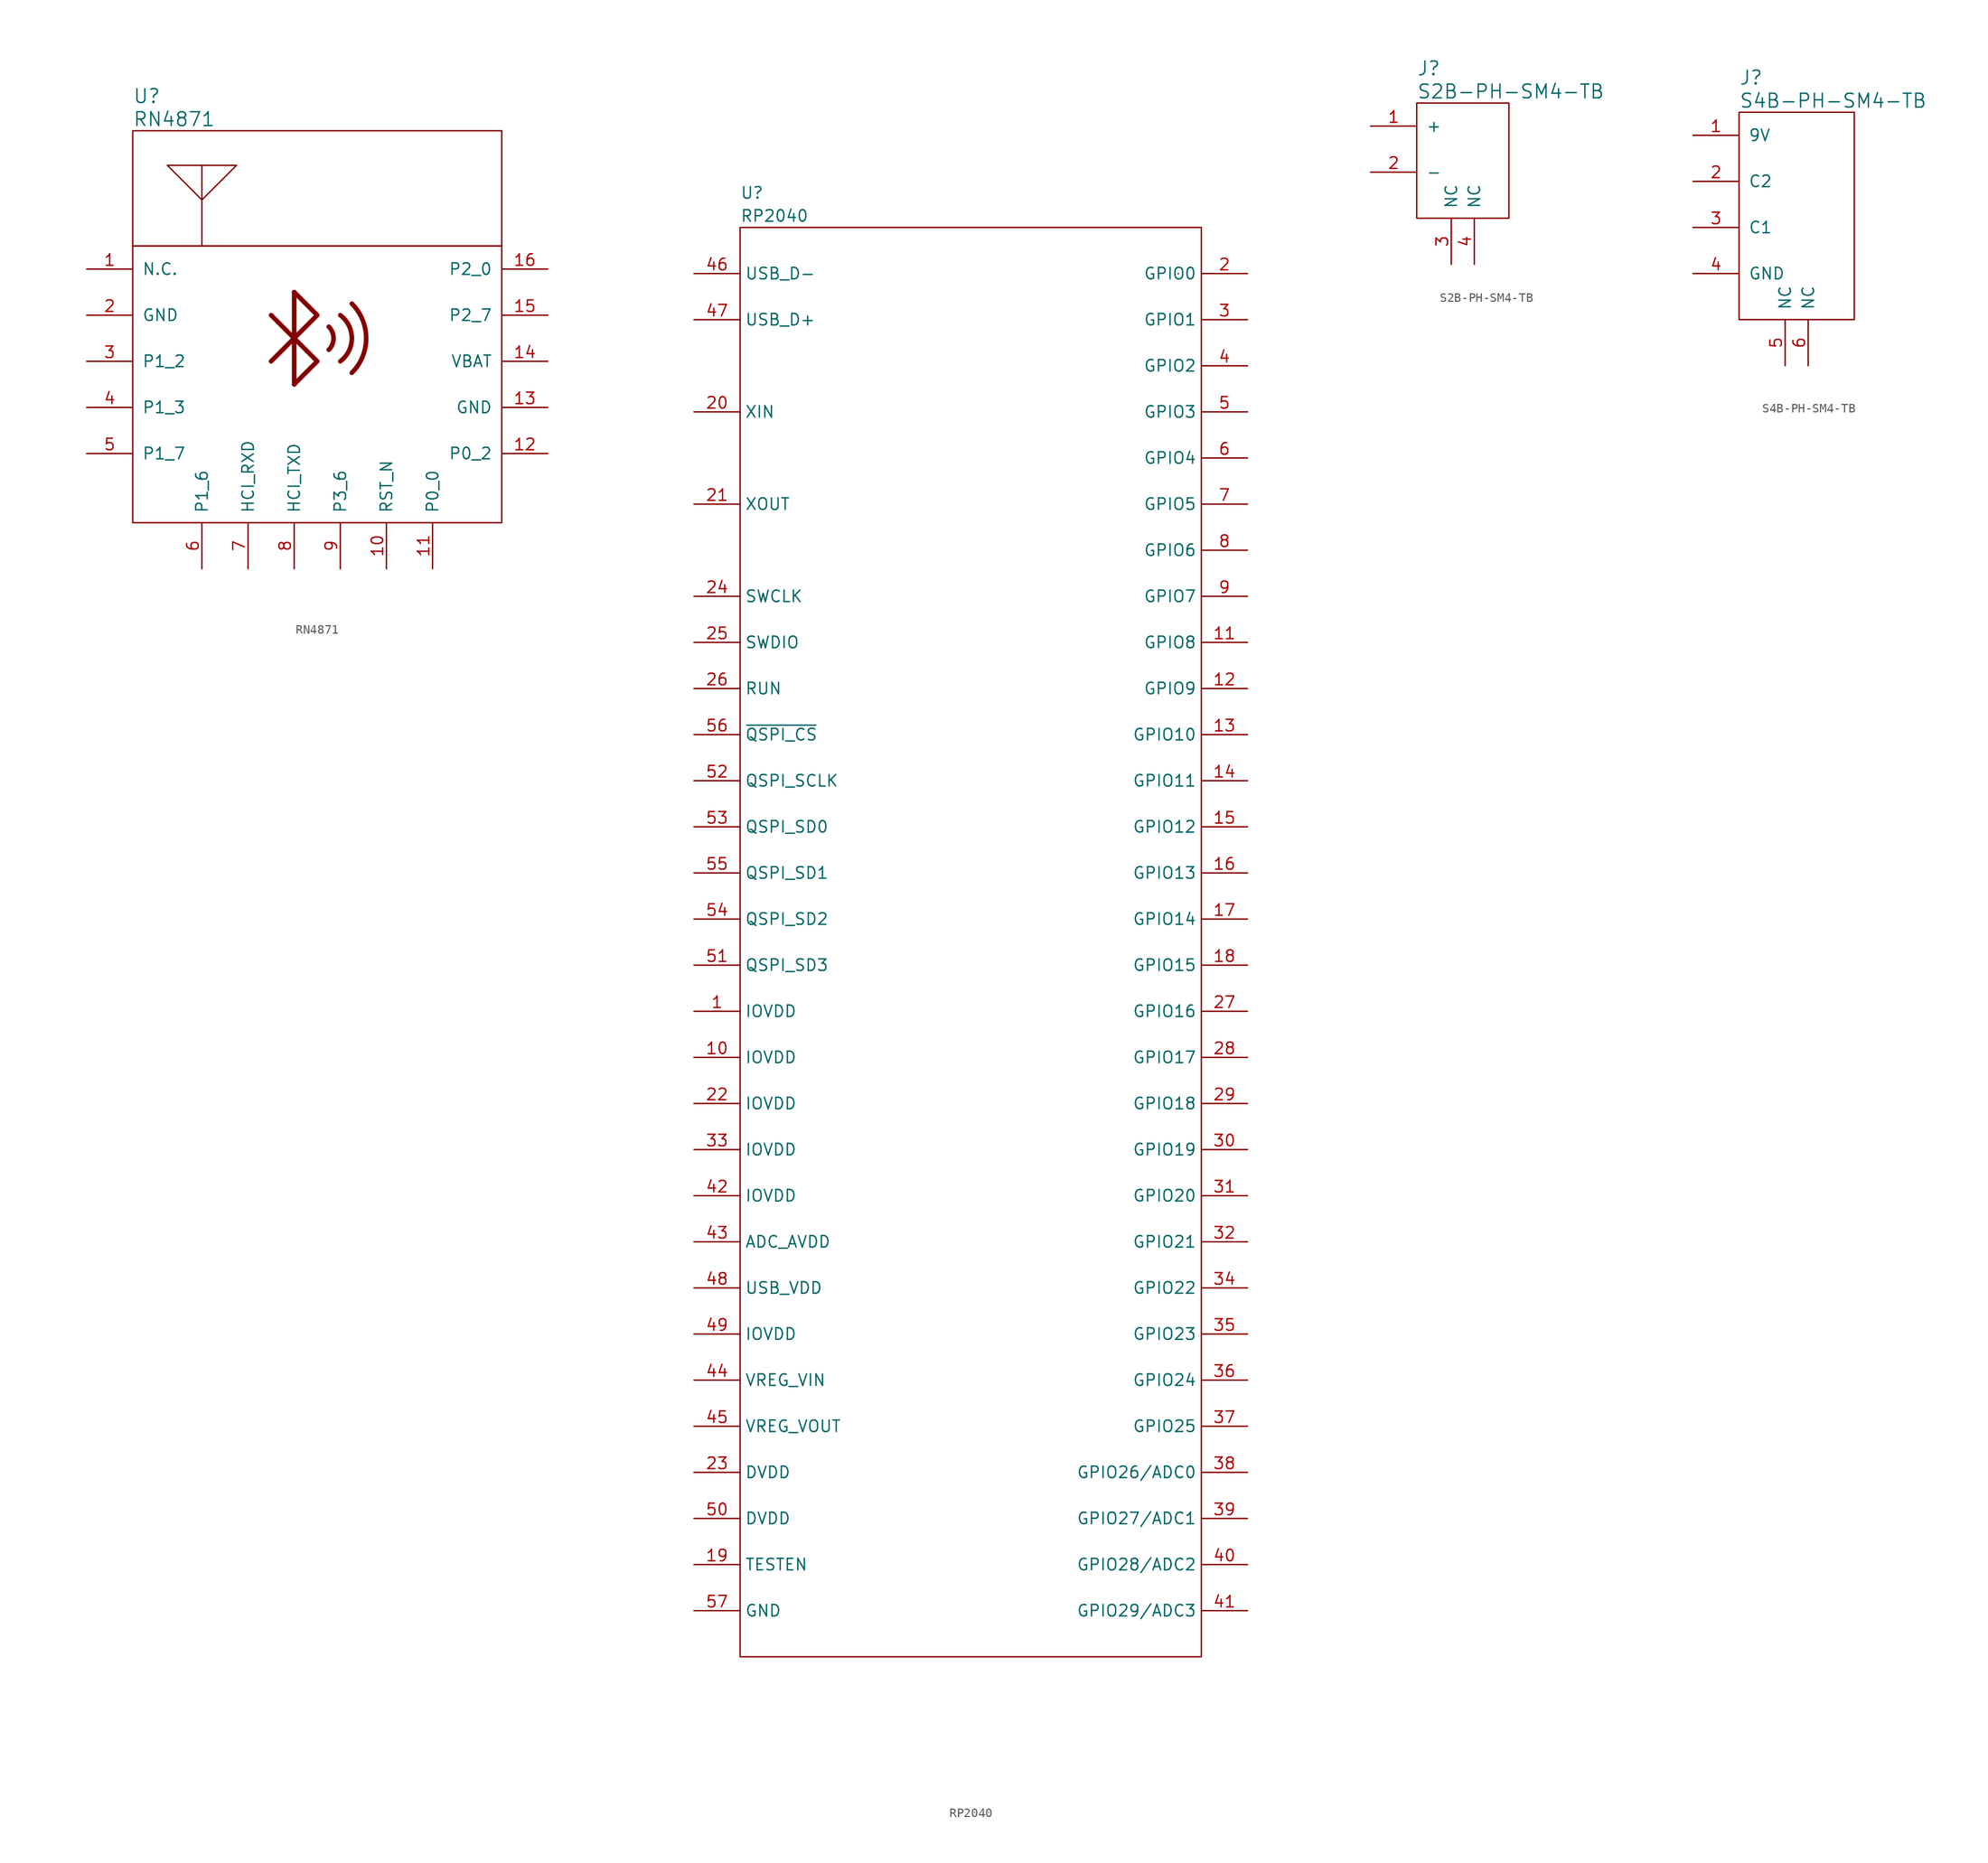
<source format=kicad_sym>
(kicad_symbol_lib
  (version 20231120)
  (generator "kicad_symbol_editor")
  (generator_version "8.0")
  (symbol "RN4871"
    (pin_names
      (offset 1.016))
    (property "Reference" "U"
      (at -20.32 26.67 0)
      (effects (font (size 1.524 1.524)) (justify left)))
    (property "Value" "RN4871"
      (at -20.32 24.13 0)
      (effects (font (size 1.524 1.524)) (justify left)))
    (symbol "RN4871_0_1"
      (rectangle (start -20.32 10.16) (end 20.32 -20.32) (stroke (width 0) (type default)) (fill (type none)))
      (rectangle (start -20.32 10.16) (end 20.32 22.86) (stroke (width 0) (type default)) (fill (type none)))
      (polyline (pts (xy -2.54 5.08) (xy -2.54 -5.08)) (stroke (width 0.508) (type default)) (fill (type none)))
      (polyline (pts (xy -2.54 -5.08) (xy 0 -2.54) (xy -5.08 2.54)) (stroke (width 0.508) (type default)) (fill (type none)))
      (polyline (pts (xy -2.54 5.08) (xy 0 2.54) (xy -5.08 -2.54)) (stroke (width 0.508) (type default)) (fill (type none)))
      (polyline (pts (xy -12.7 10.16) (xy -12.7 15.24) (xy -16.51 19.05) (xy -8.89 19.05) (xy -12.7 15.24) (xy -12.7 19.05)) (stroke (width 0) (type default)) (fill (type none)))
      (arc (start 1.27 -1.27) (mid 1.7961 0) (end 1.27 1.27) (stroke (width 0.508) (type default)) (fill (type none)))
      (arc (start 2.54 -2.54) (mid 3.81 0) (end 2.54 2.54) (stroke (width 0.508) (type default)) (fill (type none)))
      (arc (start 3.81 -3.81) (mid 5.3882 0) (end 3.81 3.81) (stroke (width 0.508) (type default)) (fill (type none))))
    (symbol "RN4871_1_1"
      (pin input line (at -25.4 7.62 0) (length 5.08) (name "N.C." (effects (font (size 1.27 1.27)))) (number "1" (effects (font (size 1.27 1.27)))))
      (pin input line (at 7.62 -25.4 90) (length 5.08) (name "RST_N" (effects (font (size 1.27 1.27)))) (number "10" (effects (font (size 1.27 1.27)))))
      (pin input line (at 12.7 -25.4 90) (length 5.08) (name "P0_0" (effects (font (size 1.27 1.27)))) (number "11" (effects (font (size 1.27 1.27)))))
      (pin input line (at 25.4 -12.7 180) (length 5.08) (name "P0_2" (effects (font (size 1.27 1.27)))) (number "12" (effects (font (size 1.27 1.27)))))
      (pin input line (at 25.4 -7.62 180) (length 5.08) (name "GND" (effects (font (size 1.27 1.27)))) (number "13" (effects (font (size 1.27 1.27)))))
      (pin input line (at 25.4 -2.54 180) (length 5.08) (name "VBAT" (effects (font (size 1.27 1.27)))) (number "14" (effects (font (size 1.27 1.27)))))
      (pin input line (at 25.4 2.54 180) (length 5.08) (name "P2_7" (effects (font (size 1.27 1.27)))) (number "15" (effects (font (size 1.27 1.27)))))
      (pin input line (at 25.4 7.62 180) (length 5.08) (name "P2_0" (effects (font (size 1.27 1.27)))) (number "16" (effects (font (size 1.27 1.27)))))
      (pin input line (at -25.4 2.54 0) (length 5.08) (name "GND" (effects (font (size 1.27 1.27)))) (number "2" (effects (font (size 1.27 1.27)))))
      (pin input line (at -25.4 -2.54 0) (length 5.08) (name "P1_2" (effects (font (size 1.27 1.27)))) (number "3" (effects (font (size 1.27 1.27)))))
      (pin input line (at -25.4 -7.62 0) (length 5.08) (name "P1_3" (effects (font (size 1.27 1.27)))) (number "4" (effects (font (size 1.27 1.27)))))
      (pin input line (at -25.4 -12.7 0) (length 5.08) (name "P1_7" (effects (font (size 1.27 1.27)))) (number "5" (effects (font (size 1.27 1.27)))))
      (pin input line (at -12.7 -25.4 90) (length 5.08) (name "P1_6" (effects (font (size 1.27 1.27)))) (number "6" (effects (font (size 1.27 1.27)))))
      (pin input line (at -7.62 -25.4 90) (length 5.08) (name "HCI_RXD" (effects (font (size 1.27 1.27)))) (number "7" (effects (font (size 1.27 1.27)))))
      (pin input line (at -2.54 -25.4 90) (length 5.08) (name "HCI_TXD" (effects (font (size 1.27 1.27)))) (number "8" (effects (font (size 1.27 1.27)))))
      (pin input line (at 2.54 -25.4 90) (length 5.08) (name "P3_6" (effects (font (size 1.27 1.27)))) (number "9" (effects (font (size 1.27 1.27)))))))
  (symbol "RP2040"
    (property "Reference" "U"
      (at -25.4 82.55 0)
      (effects (font (size 1.27 1.27)) (justify left)))
    (property "Value" "RP2040"
      (at -25.4 80.01 0)
      (effects (font (size 1.27 1.27)) (justify left)))
    (symbol "RP2040_0_1"
      (rectangle (start -25.4 78.74) (end 25.4 -78.74) (stroke (width 0) (type default)) (fill (type none)))
      (rectangle (start 22.86 73.66) (end 22.86 73.66) (stroke (width 0) (type default)) (fill (type none)))
      (rectangle (start 22.86 73.66) (end 22.86 73.66) (stroke (width 0) (type default)) (fill (type none))))
    (symbol "RP2040_1_1"
      (pin power_in line (at -30.48 -7.62 0) (length 5.08) (name "IOVDD" (effects (font (size 1.27 1.27)))) (number "1" (effects (font (size 1.27 1.27)))))
      (pin power_in line (at -30.48 -12.7 0) (length 5.08) (name "IOVDD" (effects (font (size 1.27 1.27)))) (number "10" (effects (font (size 1.27 1.27)))))
      (pin bidirectional line (at 30.48 33.02 180) (length 5.08) (name "GPIO8" (effects (font (size 1.27 1.27)))) (number "11" (effects (font (size 1.27 1.27)))))
      (pin bidirectional line (at 30.48 27.94 180) (length 5.08) (name "GPIO9" (effects (font (size 1.27 1.27)))) (number "12" (effects (font (size 1.27 1.27)))))
      (pin bidirectional line (at 30.48 22.86 180) (length 5.08) (name "GPIO10" (effects (font (size 1.27 1.27)))) (number "13" (effects (font (size 1.27 1.27)))))
      (pin bidirectional line (at 30.48 17.78 180) (length 5.08) (name "GPIO11" (effects (font (size 1.27 1.27)))) (number "14" (effects (font (size 1.27 1.27)))))
      (pin bidirectional line (at 30.48 12.7 180) (length 5.08) (name "GPIO12" (effects (font (size 1.27 1.27)))) (number "15" (effects (font (size 1.27 1.27)))))
      (pin bidirectional line (at 30.48 7.62 180) (length 5.08) (name "GPIO13" (effects (font (size 1.27 1.27)))) (number "16" (effects (font (size 1.27 1.27)))))
      (pin bidirectional line (at 30.48 2.54 180) (length 5.08) (name "GPIO14" (effects (font (size 1.27 1.27)))) (number "17" (effects (font (size 1.27 1.27)))))
      (pin bidirectional line (at 30.48 -2.54 180) (length 5.08) (name "GPIO15" (effects (font (size 1.27 1.27)))) (number "18" (effects (font (size 1.27 1.27)))))
      (pin input line (at -30.48 -68.58 0) (length 5.08) (name "TESTEN" (effects (font (size 1.27 1.27)))) (number "19" (effects (font (size 1.27 1.27)))))
      (pin bidirectional line (at 30.48 73.66 180) (length 5.08) (name "GPIO0" (effects (font (size 1.27 1.27)))) (number "2" (effects (font (size 1.27 1.27)))))
      (pin bidirectional line (at -30.48 58.42 0) (length 5.08) (name "XIN" (effects (font (size 1.27 1.27)))) (number "20" (effects (font (size 1.27 1.27)))))
      (pin bidirectional line (at -30.48 48.26 0) (length 5.08) (name "XOUT" (effects (font (size 1.27 1.27)))) (number "21" (effects (font (size 1.27 1.27)))))
      (pin power_in line (at -30.48 -17.78 0) (length 5.08) (name "IOVDD" (effects (font (size 1.27 1.27)))) (number "22" (effects (font (size 1.27 1.27)))))
      (pin power_in line (at -30.48 -58.42 0) (length 5.08) (name "DVDD" (effects (font (size 1.27 1.27)))) (number "23" (effects (font (size 1.27 1.27)))))
      (pin bidirectional line (at -30.48 38.1 0) (length 5.08) (name "SWCLK" (effects (font (size 1.27 1.27)))) (number "24" (effects (font (size 1.27 1.27)))))
      (pin bidirectional line (at -30.48 33.02 0) (length 5.08) (name "SWDIO" (effects (font (size 1.27 1.27)))) (number "25" (effects (font (size 1.27 1.27)))))
      (pin bidirectional line (at -30.48 27.94 0) (length 5.08) (name "RUN" (effects (font (size 1.27 1.27)))) (number "26" (effects (font (size 1.27 1.27)))))
      (pin bidirectional line (at 30.48 -7.62 180) (length 5.08) (name "GPIO16" (effects (font (size 1.27 1.27)))) (number "27" (effects (font (size 1.27 1.27)))))
      (pin bidirectional line (at 30.48 -12.7 180) (length 5.08) (name "GPIO17" (effects (font (size 1.27 1.27)))) (number "28" (effects (font (size 1.27 1.27)))))
      (pin bidirectional line (at 30.48 -17.78 180) (length 5.08) (name "GPIO18" (effects (font (size 1.27 1.27)))) (number "29" (effects (font (size 1.27 1.27)))))
      (pin bidirectional line (at 30.48 68.58 180) (length 5.08) (name "GPIO1" (effects (font (size 1.27 1.27)))) (number "3" (effects (font (size 1.27 1.27)))))
      (pin bidirectional line (at 30.48 -22.86 180) (length 5.08) (name "GPIO19" (effects (font (size 1.27 1.27)))) (number "30" (effects (font (size 1.27 1.27)))))
      (pin bidirectional line (at 30.48 -27.94 180) (length 5.08) (name "GPIO20" (effects (font (size 1.27 1.27)))) (number "31" (effects (font (size 1.27 1.27)))))
      (pin bidirectional line (at 30.48 -33.02 180) (length 5.08) (name "GPIO21" (effects (font (size 1.27 1.27)))) (number "32" (effects (font (size 1.27 1.27)))))
      (pin power_in line (at -30.48 -22.86 0) (length 5.08) (name "IOVDD" (effects (font (size 1.27 1.27)))) (number "33" (effects (font (size 1.27 1.27)))))
      (pin bidirectional line (at 30.48 -38.1 180) (length 5.08) (name "GPIO22" (effects (font (size 1.27 1.27)))) (number "34" (effects (font (size 1.27 1.27)))))
      (pin bidirectional line (at 30.48 -43.18 180) (length 5.08) (name "GPIO23" (effects (font (size 1.27 1.27)))) (number "35" (effects (font (size 1.27 1.27)))))
      (pin bidirectional line (at 30.48 -48.26 180) (length 5.08) (name "GPIO24" (effects (font (size 1.27 1.27)))) (number "36" (effects (font (size 1.27 1.27)))))
      (pin bidirectional line (at 30.48 -53.34 180) (length 5.08) (name "GPIO25" (effects (font (size 1.27 1.27)))) (number "37" (effects (font (size 1.27 1.27)))))
      (pin bidirectional line (at 30.48 -58.42 180) (length 5.08) (name "GPIO26/ADC0" (effects (font (size 1.27 1.27)))) (number "38" (effects (font (size 1.27 1.27)))))
      (pin bidirectional line (at 30.48 -63.5 180) (length 5.08) (name "GPIO27/ADC1" (effects (font (size 1.27 1.27)))) (number "39" (effects (font (size 1.27 1.27)))))
      (pin bidirectional line (at 30.48 63.5 180) (length 5.08) (name "GPIO2" (effects (font (size 1.27 1.27)))) (number "4" (effects (font (size 1.27 1.27)))))
      (pin bidirectional line (at 30.48 -68.58 180) (length 5.08) (name "GPIO28/ADC2" (effects (font (size 1.27 1.27)))) (number "40" (effects (font (size 1.27 1.27)))))
      (pin bidirectional line (at 30.48 -73.66 180) (length 5.08) (name "GPIO29/ADC3" (effects (font (size 1.27 1.27)))) (number "41" (effects (font (size 1.27 1.27)))))
      (pin power_in line (at -30.48 -27.94 0) (length 5.08) (name "IOVDD" (effects (font (size 1.27 1.27)))) (number "42" (effects (font (size 1.27 1.27)))))
      (pin power_in line (at -30.48 -33.02 0) (length 5.08) (name "ADC_AVDD" (effects (font (size 1.27 1.27)))) (number "43" (effects (font (size 1.27 1.27)))))
      (pin power_in line (at -30.48 -48.26 0) (length 5.08) (name "VREG_VIN" (effects (font (size 1.27 1.27)))) (number "44" (effects (font (size 1.27 1.27)))))
      (pin power_out line (at -30.48 -53.34 0) (length 5.08) (name "VREG_VOUT" (effects (font (size 1.27 1.27)))) (number "45" (effects (font (size 1.27 1.27)))))
      (pin bidirectional line (at -30.48 73.66 0) (length 5.08) (name "USB_D-" (effects (font (size 1.27 1.27)))) (number "46" (effects (font (size 1.27 1.27)))))
      (pin bidirectional line (at -30.48 68.58 0) (length 5.08) (name "USB_D+" (effects (font (size 1.27 1.27)))) (number "47" (effects (font (size 1.27 1.27)))))
      (pin power_in line (at -30.48 -38.1 0) (length 5.08) (name "USB_VDD" (effects (font (size 1.27 1.27)))) (number "48" (effects (font (size 1.27 1.27)))))
      (pin power_in line (at -30.48 -43.18 0) (length 5.08) (name "IOVDD" (effects (font (size 1.27 1.27)))) (number "49" (effects (font (size 1.27 1.27)))))
      (pin bidirectional line (at 30.48 58.42 180) (length 5.08) (name "GPIO3" (effects (font (size 1.27 1.27)))) (number "5" (effects (font (size 1.27 1.27)))))
      (pin power_in line (at -30.48 -63.5 0) (length 5.08) (name "DVDD" (effects (font (size 1.27 1.27)))) (number "50" (effects (font (size 1.27 1.27)))))
      (pin bidirectional line (at -30.48 -2.54 0) (length 5.08) (name "QSPI_SD3" (effects (font (size 1.27 1.27)))) (number "51" (effects (font (size 1.27 1.27)))))
      (pin bidirectional line (at -30.48 17.78 0) (length 5.08) (name "QSPI_SCLK" (effects (font (size 1.27 1.27)))) (number "52" (effects (font (size 1.27 1.27)))))
      (pin bidirectional line (at -30.48 12.7 0) (length 5.08) (name "QSPI_SD0" (effects (font (size 1.27 1.27)))) (number "53" (effects (font (size 1.27 1.27)))))
      (pin bidirectional line (at -30.48 2.54 0) (length 5.08) (name "QSPI_SD2" (effects (font (size 1.27 1.27)))) (number "54" (effects (font (size 1.27 1.27)))))
      (pin bidirectional line (at -30.48 7.62 0) (length 5.08) (name "QSPI_SD1" (effects (font (size 1.27 1.27)))) (number "55" (effects (font (size 1.27 1.27)))))
      (pin bidirectional line (at -30.48 22.86 0) (length 5.08) (name "~{QSPI_CS}" (effects (font (size 1.27 1.27)))) (number "56" (effects (font (size 1.27 1.27)))))
      (pin power_in line (at -30.48 -73.66 0) (length 5.08) (name "GND" (effects (font (size 1.27 1.27)))) (number "57" (effects (font (size 1.27 1.27)))))
      (pin bidirectional line (at 30.48 53.34 180) (length 5.08) (name "GPIO4" (effects (font (size 1.27 1.27)))) (number "6" (effects (font (size 1.27 1.27)))))
      (pin bidirectional line (at 30.48 48.26 180) (length 5.08) (name "GPIO5" (effects (font (size 1.27 1.27)))) (number "7" (effects (font (size 1.27 1.27)))))
      (pin bidirectional line (at 30.48 43.18 180) (length 5.08) (name "GPIO6" (effects (font (size 1.27 1.27)))) (number "8" (effects (font (size 1.27 1.27)))))
      (pin bidirectional line (at 30.48 38.1 180) (length 5.08) (name "GPIO7" (effects (font (size 1.27 1.27)))) (number "9" (effects (font (size 1.27 1.27)))))))
  (symbol "S2B-PH-SM4-TB"
    (pin_names
      (offset 1.016))
    (property "Reference" "J"
      (at -5.08 8.89 0)
      (effects (font (size 1.524 1.524)) (justify left)))
    (property "Value" "S2B-PH-SM4-TB"
      (at -5.08 6.35 0)
      (effects (font (size 1.524 1.524)) (justify left)))
    (symbol "S2B-PH-SM4-TB_0_1"
      (rectangle (start -5.08 5.08) (end 5.08 -7.62) (stroke (width 0) (type default)) (fill (type none))))
    (symbol "S2B-PH-SM4-TB_1_1"
      (pin input line (at -10.16 2.54 0) (length 5.08) (name "+" (effects (font (size 1.27 1.27)))) (number "1" (effects (font (size 1.27 1.27)))))
      (pin input line (at -10.16 -2.54 0) (length 5.08) (name "-" (effects (font (size 1.27 1.27)))) (number "2" (effects (font (size 1.27 1.27)))))
      (pin input line (at -1.27 -12.7 90) (length 5.08) (name "NC" (effects (font (size 1.27 1.27)))) (number "3" (effects (font (size 1.27 1.27)))))
      (pin input line (at 1.27 -12.7 90) (length 5.08) (name "NC" (effects (font (size 1.27 1.27)))) (number "4" (effects (font (size 1.27 1.27)))))))
  (symbol "S4B-PH-SM4-TB"
    (pin_names
      (offset 1.016))
    (property "Reference" "J"
      (at -6.35 13.97 0)
      (effects (font (size 1.524 1.524)) (justify left)))
    (property "Value" "S4B-PH-SM4-TB"
      (at -6.35 11.43 0)
      (effects (font (size 1.524 1.524)) (justify left)))
    (symbol "S4B-PH-SM4-TB_0_1"
      (rectangle (start -6.35 -12.7) (end 6.35 10.16) (stroke (width 0) (type default)) (fill (type none))))
    (symbol "S4B-PH-SM4-TB_1_1"
      (pin input line (at -11.43 7.62 0) (length 5.08) (name "9V" (effects (font (size 1.27 1.27)))) (number "1" (effects (font (size 1.27 1.27)))))
      (pin input line (at -11.43 2.54 0) (length 5.08) (name "C2" (effects (font (size 1.27 1.27)))) (number "2" (effects (font (size 1.27 1.27)))))
      (pin input line (at -11.43 -2.54 0) (length 5.08) (name "C1" (effects (font (size 1.27 1.27)))) (number "3" (effects (font (size 1.27 1.27)))))
      (pin input line (at -11.43 -7.62 0) (length 5.08) (name "GND" (effects (font (size 1.27 1.27)))) (number "4" (effects (font (size 1.27 1.27)))))
      (pin input line (at -1.27 -17.78 90) (length 5.08) (name "NC" (effects (font (size 1.27 1.27)))) (number "5" (effects (font (size 1.27 1.27)))))
      (pin input line (at 1.27 -17.78 90) (length 5.08) (name "NC" (effects (font (size 1.27 1.27)))) (number "6" (effects (font (size 1.27 1.27))))))))
</source>
